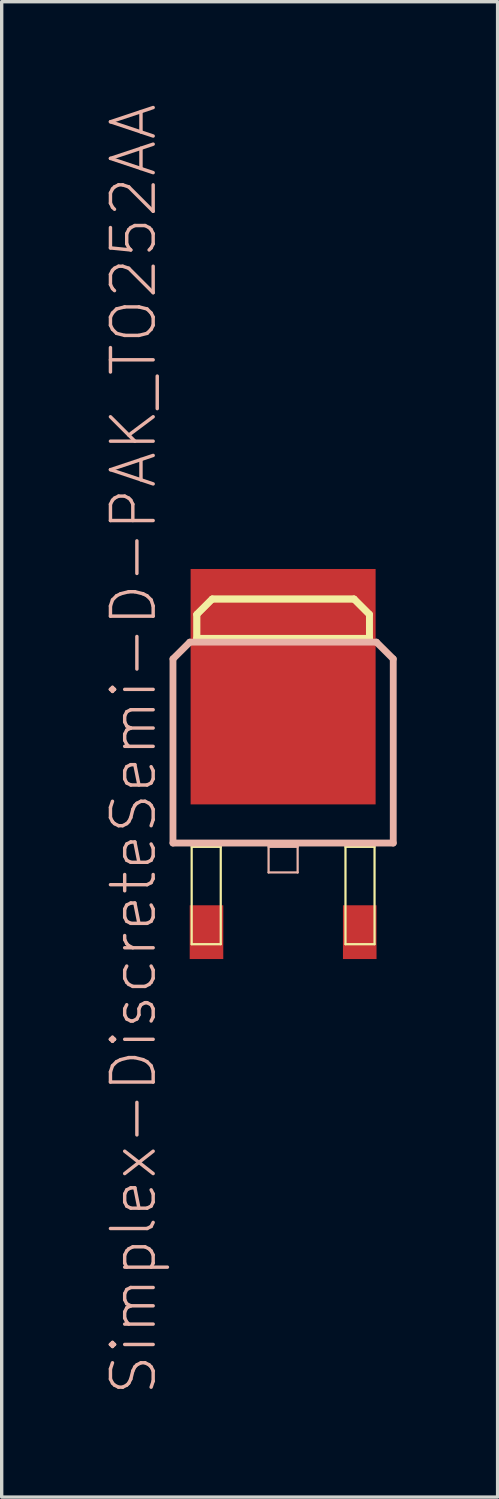
<source format=kicad_pcb>
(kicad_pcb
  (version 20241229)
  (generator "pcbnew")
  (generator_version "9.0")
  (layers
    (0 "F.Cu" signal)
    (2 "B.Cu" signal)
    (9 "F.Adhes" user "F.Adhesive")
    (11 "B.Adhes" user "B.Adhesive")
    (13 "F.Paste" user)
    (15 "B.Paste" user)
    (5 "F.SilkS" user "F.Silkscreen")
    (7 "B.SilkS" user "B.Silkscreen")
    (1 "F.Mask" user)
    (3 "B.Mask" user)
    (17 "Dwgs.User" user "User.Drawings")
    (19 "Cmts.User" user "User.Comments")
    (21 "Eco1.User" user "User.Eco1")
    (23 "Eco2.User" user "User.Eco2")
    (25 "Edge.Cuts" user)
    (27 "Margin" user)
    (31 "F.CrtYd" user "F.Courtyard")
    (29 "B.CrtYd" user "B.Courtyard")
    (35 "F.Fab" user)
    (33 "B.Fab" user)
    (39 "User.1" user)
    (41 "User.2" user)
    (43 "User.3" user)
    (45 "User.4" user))
  (footprint "Simplex-DiscreteSemi-D-PAK_TO252AA"
    (layer "F.Cu")
    (at 5.366 19.862)
    (property "Reference" "Simplex-DiscreteSemi-D-PAK_TO252AA" (at -4.445 -0.635 90) (layer "B.SilkS") (effects (font (size 1.27 1.27) (thickness 0.102))))
    (attr smd)
    (fp_line (start -2.718 2.261) (end -1.854 2.261) (stroke (width 0.066) (type solid)) (layer "F.SilkS"))
    (fp_line (start -2.718 5.156) (end -2.718 2.261) (stroke (width 0.066) (type solid)) (layer "F.SilkS"))
    (fp_line (start -2.718 5.156) (end -1.854 5.156) (stroke (width 0.066) (type solid)) (layer "F.SilkS"))
    (fp_line (start -2.565 -4.648) (end -2.108 -5.105) (stroke (width 0.198) (type solid)) (layer "F.SilkS"))
    (fp_line (start -2.565 -4.648) (end -2.108 -5.105) (stroke (width 0.203) (type solid)) (layer "F.SilkS"))
    (fp_line (start -2.565 -3.937) (end -2.565 -4.648) (stroke (width 0.198) (type solid)) (layer "F.SilkS"))
    (fp_line (start -2.565 -3.937) (end -2.565 -4.648) (stroke (width 0.203) (type solid)) (layer "F.SilkS"))
    (fp_line (start -2.108 -5.105) (end 2.108 -5.105) (stroke (width 0.198) (type solid)) (layer "F.SilkS"))
    (fp_line (start -2.108 -5.105) (end 2.108 -5.105) (stroke (width 0.203) (type solid)) (layer "F.SilkS"))
    (fp_line (start -1.854 5.156) (end -1.854 2.261) (stroke (width 0.066) (type solid)) (layer "F.SilkS"))
    (fp_line (start 1.854 2.261) (end 2.718 2.261) (stroke (width 0.066) (type solid)) (layer "F.SilkS"))
    (fp_line (start 1.854 5.156) (end 1.854 2.261) (stroke (width 0.066) (type solid)) (layer "F.SilkS"))
    (fp_line (start 1.854 5.156) (end 2.718 5.156) (stroke (width 0.066) (type solid)) (layer "F.SilkS"))
    (fp_line (start 2.108 -5.105) (end 2.565 -4.648) (stroke (width 0.198) (type solid)) (layer "F.SilkS"))
    (fp_line (start 2.108 -5.105) (end 2.565 -4.648) (stroke (width 0.203) (type solid)) (layer "F.SilkS"))
    (fp_line (start 2.565 -4.648) (end 2.565 -3.937) (stroke (width 0.198) (type solid)) (layer "F.SilkS"))
    (fp_line (start 2.565 -4.648) (end 2.565 -3.937) (stroke (width 0.203) (type solid)) (layer "F.SilkS"))
    (fp_line (start 2.565 -3.937) (end -2.565 -3.937) (stroke (width 0.198) (type solid)) (layer "F.SilkS"))
    (fp_line (start 2.565 -3.937) (end -2.565 -3.937) (stroke (width 0.203) (type solid)) (layer "F.SilkS"))
    (fp_line (start 2.718 5.156) (end 2.718 2.261) (stroke (width 0.066) (type solid)) (layer "F.SilkS"))
    (fp_line (start -3.274 -3.325) (end -2.774 -3.823) (stroke (width 0.203) (type solid)) (layer "B.SilkS"))
    (fp_line (start -3.274 2.149) (end -3.274 -3.325) (stroke (width 0.203) (type solid)) (layer "B.SilkS"))
    (fp_line (start -2.774 -3.823) (end 2.774 -3.823) (stroke (width 0.203) (type solid)) (layer "B.SilkS"))
    (fp_line (start -0.432 2.261) (end 0.432 2.261) (stroke (width 0.066) (type solid)) (layer "B.SilkS"))
    (fp_line (start -0.432 3.023) (end -0.432 2.261) (stroke (width 0.066) (type solid)) (layer "B.SilkS"))
    (fp_line (start -0.432 3.023) (end 0.432 3.023) (stroke (width 0.066) (type solid)) (layer "B.SilkS"))
    (fp_line (start 0.432 3.023) (end 0.432 2.261) (stroke (width 0.066) (type solid)) (layer "B.SilkS"))
    (fp_line (start 2.774 -3.823) (end 3.274 -3.325) (stroke (width 0.203) (type solid)) (layer "B.SilkS"))
    (fp_line (start 3.274 -3.325) (end 3.274 2.149) (stroke (width 0.203) (type solid)) (layer "B.SilkS"))
    (fp_line (start 3.274 2.149) (end -3.274 2.149) (stroke (width 0.203) (type solid)) (layer "B.SilkS"))
    (pad "1" smd rect (at -2.278 4.798) (size 0.998 1.598) (layers "F.Cu" "F.Mask" "F.Paste"))
    (pad "2" smd rect (at 0 -2.499) (size 5.499 6.998) (layers "F.Cu" "F.Mask" "F.Paste"))
    (pad "3" smd rect (at 2.278 4.798) (size 0.998 1.598) (layers "F.Cu" "F.Mask" "F.Paste")))
  (gr_rect
    (start -3 -3)
    (end 11.742 41.453)
    (stroke (width 0.1) (type default))
    (fill no)
    (layer "Edge.Cuts")))
</source>
